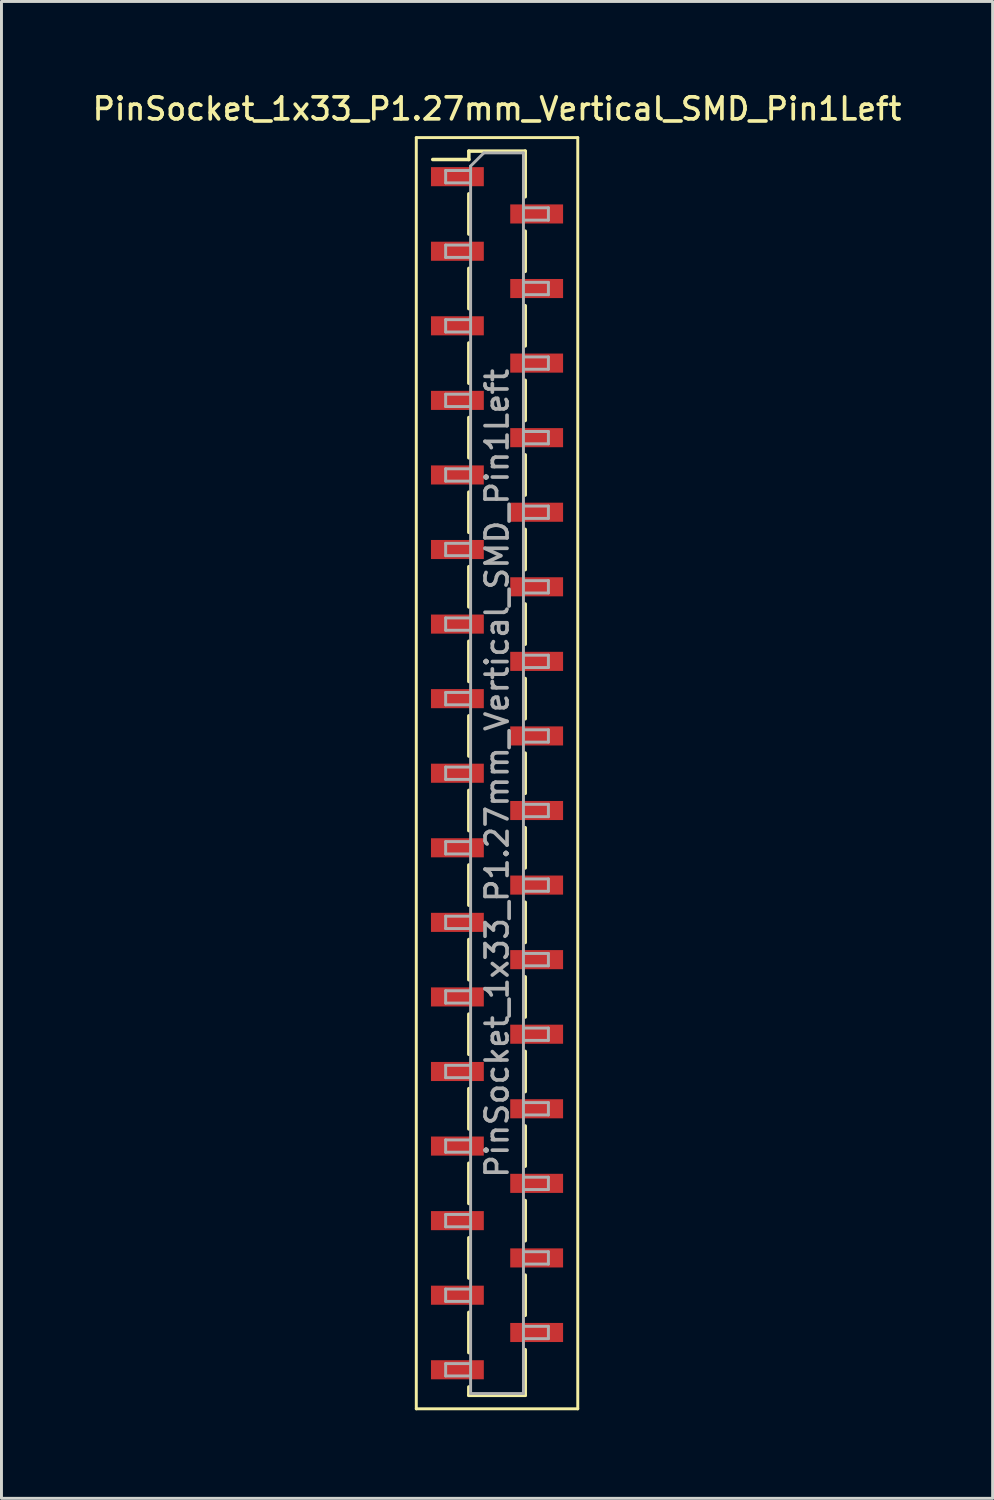
<source format=kicad_pcb>
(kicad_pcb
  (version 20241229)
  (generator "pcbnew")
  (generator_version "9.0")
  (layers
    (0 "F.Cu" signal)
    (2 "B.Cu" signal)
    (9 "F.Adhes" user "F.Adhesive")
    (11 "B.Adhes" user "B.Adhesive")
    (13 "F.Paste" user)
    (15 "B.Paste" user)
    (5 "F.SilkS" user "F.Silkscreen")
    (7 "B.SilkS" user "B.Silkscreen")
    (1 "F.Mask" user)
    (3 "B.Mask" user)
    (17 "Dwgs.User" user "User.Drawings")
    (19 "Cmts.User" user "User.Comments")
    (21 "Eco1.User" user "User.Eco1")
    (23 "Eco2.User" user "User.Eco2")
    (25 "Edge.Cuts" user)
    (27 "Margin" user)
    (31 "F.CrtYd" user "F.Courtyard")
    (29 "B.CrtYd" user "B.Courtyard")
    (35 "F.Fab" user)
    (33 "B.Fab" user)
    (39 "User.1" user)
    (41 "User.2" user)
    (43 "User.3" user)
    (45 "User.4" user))
  (footprint "PinSocket_1x33_P1.27mm_Vertical_SMD_Pin1Left"
    (layer "F.Cu")
    (at 13.88 23.288)
    (property "Reference" "PinSocket_1x33_P1.27mm_Vertical_SMD_Pin1Left" (at 0 -22.63 0) (layer "F.SilkS") (effects (font (size 0.75 0.75) (thickness 0.125))))
    (attr smd)
    (fp_line (start -2.75 -21.65) (end 2.75 -21.65) (stroke (width 0.1) (type solid)) (layer "F.SilkS"))
    (fp_line (start -2.75 21.65) (end -2.75 -21.65) (stroke (width 0.1) (type solid)) (layer "F.SilkS"))
    (fp_line (start -2.19 -20.905) (end -0.96 -20.905) (stroke (width 0.12) (type solid)) (layer "F.SilkS"))
    (fp_line (start -0.96 -21.19) (end -0.96 -20.905) (stroke (width 0.12) (type solid)) (layer "F.SilkS"))
    (fp_line (start -0.96 -21.19) (end 0.96 -21.19) (stroke (width 0.12) (type solid)) (layer "F.SilkS"))
    (fp_line (start -0.96 -19.735) (end -0.96 -18.365) (stroke (width 0.12) (type solid)) (layer "F.SilkS"))
    (fp_line (start -0.96 -17.195) (end -0.96 -15.825) (stroke (width 0.12) (type solid)) (layer "F.SilkS"))
    (fp_line (start -0.96 -14.655) (end -0.96 -13.285) (stroke (width 0.12) (type solid)) (layer "F.SilkS"))
    (fp_line (start -0.96 -12.115) (end -0.96 -10.745) (stroke (width 0.12) (type solid)) (layer "F.SilkS"))
    (fp_line (start -0.96 -9.575) (end -0.96 -8.205) (stroke (width 0.12) (type solid)) (layer "F.SilkS"))
    (fp_line (start -0.96 -7.035) (end -0.96 -5.665) (stroke (width 0.12) (type solid)) (layer "F.SilkS"))
    (fp_line (start -0.96 -4.495) (end -0.96 -3.125) (stroke (width 0.12) (type solid)) (layer "F.SilkS"))
    (fp_line (start -0.96 -1.955) (end -0.96 -0.585) (stroke (width 0.12) (type solid)) (layer "F.SilkS"))
    (fp_line (start -0.96 0.585) (end -0.96 1.955) (stroke (width 0.12) (type solid)) (layer "F.SilkS"))
    (fp_line (start -0.96 3.125) (end -0.96 4.495) (stroke (width 0.12) (type solid)) (layer "F.SilkS"))
    (fp_line (start -0.96 5.665) (end -0.96 7.035) (stroke (width 0.12) (type solid)) (layer "F.SilkS"))
    (fp_line (start -0.96 8.205) (end -0.96 9.575) (stroke (width 0.12) (type solid)) (layer "F.SilkS"))
    (fp_line (start -0.96 10.745) (end -0.96 12.115) (stroke (width 0.12) (type solid)) (layer "F.SilkS"))
    (fp_line (start -0.96 13.285) (end -0.96 14.655) (stroke (width 0.12) (type solid)) (layer "F.SilkS"))
    (fp_line (start -0.96 15.825) (end -0.96 17.195) (stroke (width 0.12) (type solid)) (layer "F.SilkS"))
    (fp_line (start -0.96 18.365) (end -0.96 19.735) (stroke (width 0.12) (type solid)) (layer "F.SilkS"))
    (fp_line (start -0.96 20.905) (end -0.96 21.19) (stroke (width 0.12) (type solid)) (layer "F.SilkS"))
    (fp_line (start -0.96 21.19) (end 0.96 21.19) (stroke (width 0.12) (type solid)) (layer "F.SilkS"))
    (fp_line (start 0.96 -21.19) (end 0.96 -19.635) (stroke (width 0.12) (type solid)) (layer "F.SilkS"))
    (fp_line (start 0.96 -18.465) (end 0.96 -17.095) (stroke (width 0.12) (type solid)) (layer "F.SilkS"))
    (fp_line (start 0.96 -15.925) (end 0.96 -14.555) (stroke (width 0.12) (type solid)) (layer "F.SilkS"))
    (fp_line (start 0.96 -13.385) (end 0.96 -12.015) (stroke (width 0.12) (type solid)) (layer "F.SilkS"))
    (fp_line (start 0.96 -10.845) (end 0.96 -9.475) (stroke (width 0.12) (type solid)) (layer "F.SilkS"))
    (fp_line (start 0.96 -8.305) (end 0.96 -6.935) (stroke (width 0.12) (type solid)) (layer "F.SilkS"))
    (fp_line (start 0.96 -5.765) (end 0.96 -4.395) (stroke (width 0.12) (type solid)) (layer "F.SilkS"))
    (fp_line (start 0.96 -3.225) (end 0.96 -1.855) (stroke (width 0.12) (type solid)) (layer "F.SilkS"))
    (fp_line (start 0.96 -0.685) (end 0.96 0.685) (stroke (width 0.12) (type solid)) (layer "F.SilkS"))
    (fp_line (start 0.96 1.855) (end 0.96 3.225) (stroke (width 0.12) (type solid)) (layer "F.SilkS"))
    (fp_line (start 0.96 4.395) (end 0.96 5.765) (stroke (width 0.12) (type solid)) (layer "F.SilkS"))
    (fp_line (start 0.96 6.935) (end 0.96 8.305) (stroke (width 0.12) (type solid)) (layer "F.SilkS"))
    (fp_line (start 0.96 9.475) (end 0.96 10.845) (stroke (width 0.12) (type solid)) (layer "F.SilkS"))
    (fp_line (start 0.96 12.015) (end 0.96 13.385) (stroke (width 0.12) (type solid)) (layer "F.SilkS"))
    (fp_line (start 0.96 14.555) (end 0.96 15.925) (stroke (width 0.12) (type solid)) (layer "F.SilkS"))
    (fp_line (start 0.96 17.095) (end 0.96 18.465) (stroke (width 0.12) (type solid)) (layer "F.SilkS"))
    (fp_line (start 0.96 19.635) (end 0.96 21.19) (stroke (width 0.12) (type solid)) (layer "F.SilkS"))
    (fp_line (start 2.75 -21.65) (end 2.75 21.65) (stroke (width 0.1) (type solid)) (layer "F.SilkS"))
    (fp_line (start 2.75 21.65) (end -2.75 21.65) (stroke (width 0.1) (type solid)) (layer "F.SilkS"))
    (fp_line (start -1.75 -20.53) (end -0.9 -20.53) (stroke (width 0.1) (type solid)) (layer "F.Fab"))
    (fp_line (start -1.75 -20.11) (end -1.75 -20.53) (stroke (width 0.1) (type solid)) (layer "F.Fab"))
    (fp_line (start -1.75 -17.99) (end -0.9 -17.99) (stroke (width 0.1) (type solid)) (layer "F.Fab"))
    (fp_line (start -1.75 -17.57) (end -1.75 -17.99) (stroke (width 0.1) (type solid)) (layer "F.Fab"))
    (fp_line (start -1.75 -15.45) (end -0.9 -15.45) (stroke (width 0.1) (type solid)) (layer "F.Fab"))
    (fp_line (start -1.75 -15.03) (end -1.75 -15.45) (stroke (width 0.1) (type solid)) (layer "F.Fab"))
    (fp_line (start -1.75 -12.91) (end -0.9 -12.91) (stroke (width 0.1) (type solid)) (layer "F.Fab"))
    (fp_line (start -1.75 -12.49) (end -1.75 -12.91) (stroke (width 0.1) (type solid)) (layer "F.Fab"))
    (fp_line (start -1.75 -10.37) (end -0.9 -10.37) (stroke (width 0.1) (type solid)) (layer "F.Fab"))
    (fp_line (start -1.75 -9.95) (end -1.75 -10.37) (stroke (width 0.1) (type solid)) (layer "F.Fab"))
    (fp_line (start -1.75 -7.83) (end -0.9 -7.83) (stroke (width 0.1) (type solid)) (layer "F.Fab"))
    (fp_line (start -1.75 -7.41) (end -1.75 -7.83) (stroke (width 0.1) (type solid)) (layer "F.Fab"))
    (fp_line (start -1.75 -5.29) (end -0.9 -5.29) (stroke (width 0.1) (type solid)) (layer "F.Fab"))
    (fp_line (start -1.75 -4.87) (end -1.75 -5.29) (stroke (width 0.1) (type solid)) (layer "F.Fab"))
    (fp_line (start -1.75 -2.75) (end -0.9 -2.75) (stroke (width 0.1) (type solid)) (layer "F.Fab"))
    (fp_line (start -1.75 -2.33) (end -1.75 -2.75) (stroke (width 0.1) (type solid)) (layer "F.Fab"))
    (fp_line (start -1.75 -0.21) (end -0.9 -0.21) (stroke (width 0.1) (type solid)) (layer "F.Fab"))
    (fp_line (start -1.75 0.21) (end -1.75 -0.21) (stroke (width 0.1) (type solid)) (layer "F.Fab"))
    (fp_line (start -1.75 2.33) (end -0.9 2.33) (stroke (width 0.1) (type solid)) (layer "F.Fab"))
    (fp_line (start -1.75 2.75) (end -1.75 2.33) (stroke (width 0.1) (type solid)) (layer "F.Fab"))
    (fp_line (start -1.75 4.87) (end -0.9 4.87) (stroke (width 0.1) (type solid)) (layer "F.Fab"))
    (fp_line (start -1.75 5.29) (end -1.75 4.87) (stroke (width 0.1) (type solid)) (layer "F.Fab"))
    (fp_line (start -1.75 7.41) (end -0.9 7.41) (stroke (width 0.1) (type solid)) (layer "F.Fab"))
    (fp_line (start -1.75 7.83) (end -1.75 7.41) (stroke (width 0.1) (type solid)) (layer "F.Fab"))
    (fp_line (start -1.75 9.95) (end -0.9 9.95) (stroke (width 0.1) (type solid)) (layer "F.Fab"))
    (fp_line (start -1.75 10.37) (end -1.75 9.95) (stroke (width 0.1) (type solid)) (layer "F.Fab"))
    (fp_line (start -1.75 12.49) (end -0.9 12.49) (stroke (width 0.1) (type solid)) (layer "F.Fab"))
    (fp_line (start -1.75 12.91) (end -1.75 12.49) (stroke (width 0.1) (type solid)) (layer "F.Fab"))
    (fp_line (start -1.75 15.03) (end -0.9 15.03) (stroke (width 0.1) (type solid)) (layer "F.Fab"))
    (fp_line (start -1.75 15.45) (end -1.75 15.03) (stroke (width 0.1) (type solid)) (layer "F.Fab"))
    (fp_line (start -1.75 17.57) (end -0.9 17.57) (stroke (width 0.1) (type solid)) (layer "F.Fab"))
    (fp_line (start -1.75 17.99) (end -1.75 17.57) (stroke (width 0.1) (type solid)) (layer "F.Fab"))
    (fp_line (start -1.75 20.11) (end -0.9 20.11) (stroke (width 0.1) (type solid)) (layer "F.Fab"))
    (fp_line (start -1.75 20.53) (end -1.75 20.11) (stroke (width 0.1) (type solid)) (layer "F.Fab"))
    (fp_line (start -0.9 -20.68) (end -0.45 -21.13) (stroke (width 0.1) (type solid)) (layer "F.Fab"))
    (fp_line (start -0.9 -20.11) (end -1.75 -20.11) (stroke (width 0.1) (type solid)) (layer "F.Fab"))
    (fp_line (start -0.9 -17.57) (end -1.75 -17.57) (stroke (width 0.1) (type solid)) (layer "F.Fab"))
    (fp_line (start -0.9 -15.03) (end -1.75 -15.03) (stroke (width 0.1) (type solid)) (layer "F.Fab"))
    (fp_line (start -0.9 -12.49) (end -1.75 -12.49) (stroke (width 0.1) (type solid)) (layer "F.Fab"))
    (fp_line (start -0.9 -9.95) (end -1.75 -9.95) (stroke (width 0.1) (type solid)) (layer "F.Fab"))
    (fp_line (start -0.9 -7.41) (end -1.75 -7.41) (stroke (width 0.1) (type solid)) (layer "F.Fab"))
    (fp_line (start -0.9 -4.87) (end -1.75 -4.87) (stroke (width 0.1) (type solid)) (layer "F.Fab"))
    (fp_line (start -0.9 -2.33) (end -1.75 -2.33) (stroke (width 0.1) (type solid)) (layer "F.Fab"))
    (fp_line (start -0.9 0.21) (end -1.75 0.21) (stroke (width 0.1) (type solid)) (layer "F.Fab"))
    (fp_line (start -0.9 2.75) (end -1.75 2.75) (stroke (width 0.1) (type solid)) (layer "F.Fab"))
    (fp_line (start -0.9 5.29) (end -1.75 5.29) (stroke (width 0.1) (type solid)) (layer "F.Fab"))
    (fp_line (start -0.9 7.83) (end -1.75 7.83) (stroke (width 0.1) (type solid)) (layer "F.Fab"))
    (fp_line (start -0.9 10.37) (end -1.75 10.37) (stroke (width 0.1) (type solid)) (layer "F.Fab"))
    (fp_line (start -0.9 12.91) (end -1.75 12.91) (stroke (width 0.1) (type solid)) (layer "F.Fab"))
    (fp_line (start -0.9 15.45) (end -1.75 15.45) (stroke (width 0.1) (type solid)) (layer "F.Fab"))
    (fp_line (start -0.9 17.99) (end -1.75 17.99) (stroke (width 0.1) (type solid)) (layer "F.Fab"))
    (fp_line (start -0.9 20.53) (end -1.75 20.53) (stroke (width 0.1) (type solid)) (layer "F.Fab"))
    (fp_line (start -0.9 21.13) (end -0.9 -20.68) (stroke (width 0.1) (type solid)) (layer "F.Fab"))
    (fp_line (start -0.45 -21.13) (end 0.9 -21.13) (stroke (width 0.1) (type solid)) (layer "F.Fab"))
    (fp_line (start 0.9 -21.13) (end 0.9 21.13) (stroke (width 0.1) (type solid)) (layer "F.Fab"))
    (fp_line (start 0.9 -19.26) (end 1.75 -19.26) (stroke (width 0.1) (type solid)) (layer "F.Fab"))
    (fp_line (start 0.9 -16.72) (end 1.75 -16.72) (stroke (width 0.1) (type solid)) (layer "F.Fab"))
    (fp_line (start 0.9 -14.18) (end 1.75 -14.18) (stroke (width 0.1) (type solid)) (layer "F.Fab"))
    (fp_line (start 0.9 -11.64) (end 1.75 -11.64) (stroke (width 0.1) (type solid)) (layer "F.Fab"))
    (fp_line (start 0.9 -9.1) (end 1.75 -9.1) (stroke (width 0.1) (type solid)) (layer "F.Fab"))
    (fp_line (start 0.9 -6.56) (end 1.75 -6.56) (stroke (width 0.1) (type solid)) (layer "F.Fab"))
    (fp_line (start 0.9 -4.02) (end 1.75 -4.02) (stroke (width 0.1) (type solid)) (layer "F.Fab"))
    (fp_line (start 0.9 -1.48) (end 1.75 -1.48) (stroke (width 0.1) (type solid)) (layer "F.Fab"))
    (fp_line (start 0.9 1.06) (end 1.75 1.06) (stroke (width 0.1) (type solid)) (layer "F.Fab"))
    (fp_line (start 0.9 3.6) (end 1.75 3.6) (stroke (width 0.1) (type solid)) (layer "F.Fab"))
    (fp_line (start 0.9 6.14) (end 1.75 6.14) (stroke (width 0.1) (type solid)) (layer "F.Fab"))
    (fp_line (start 0.9 8.68) (end 1.75 8.68) (stroke (width 0.1) (type solid)) (layer "F.Fab"))
    (fp_line (start 0.9 11.22) (end 1.75 11.22) (stroke (width 0.1) (type solid)) (layer "F.Fab"))
    (fp_line (start 0.9 13.76) (end 1.75 13.76) (stroke (width 0.1) (type solid)) (layer "F.Fab"))
    (fp_line (start 0.9 16.3) (end 1.75 16.3) (stroke (width 0.1) (type solid)) (layer "F.Fab"))
    (fp_line (start 0.9 18.84) (end 1.75 18.84) (stroke (width 0.1) (type solid)) (layer "F.Fab"))
    (fp_line (start 0.9 21.13) (end -0.9 21.13) (stroke (width 0.1) (type solid)) (layer "F.Fab"))
    (fp_line (start 1.75 -19.26) (end 1.75 -18.84) (stroke (width 0.1) (type solid)) (layer "F.Fab"))
    (fp_line (start 1.75 -18.84) (end 0.9 -18.84) (stroke (width 0.1) (type solid)) (layer "F.Fab"))
    (fp_line (start 1.75 -16.72) (end 1.75 -16.3) (stroke (width 0.1) (type solid)) (layer "F.Fab"))
    (fp_line (start 1.75 -16.3) (end 0.9 -16.3) (stroke (width 0.1) (type solid)) (layer "F.Fab"))
    (fp_line (start 1.75 -14.18) (end 1.75 -13.76) (stroke (width 0.1) (type solid)) (layer "F.Fab"))
    (fp_line (start 1.75 -13.76) (end 0.9 -13.76) (stroke (width 0.1) (type solid)) (layer "F.Fab"))
    (fp_line (start 1.75 -11.64) (end 1.75 -11.22) (stroke (width 0.1) (type solid)) (layer "F.Fab"))
    (fp_line (start 1.75 -11.22) (end 0.9 -11.22) (stroke (width 0.1) (type solid)) (layer "F.Fab"))
    (fp_line (start 1.75 -9.1) (end 1.75 -8.68) (stroke (width 0.1) (type solid)) (layer "F.Fab"))
    (fp_line (start 1.75 -8.68) (end 0.9 -8.68) (stroke (width 0.1) (type solid)) (layer "F.Fab"))
    (fp_line (start 1.75 -6.56) (end 1.75 -6.14) (stroke (width 0.1) (type solid)) (layer "F.Fab"))
    (fp_line (start 1.75 -6.14) (end 0.9 -6.14) (stroke (width 0.1) (type solid)) (layer "F.Fab"))
    (fp_line (start 1.75 -4.02) (end 1.75 -3.6) (stroke (width 0.1) (type solid)) (layer "F.Fab"))
    (fp_line (start 1.75 -3.6) (end 0.9 -3.6) (stroke (width 0.1) (type solid)) (layer "F.Fab"))
    (fp_line (start 1.75 -1.48) (end 1.75 -1.06) (stroke (width 0.1) (type solid)) (layer "F.Fab"))
    (fp_line (start 1.75 -1.06) (end 0.9 -1.06) (stroke (width 0.1) (type solid)) (layer "F.Fab"))
    (fp_line (start 1.75 1.06) (end 1.75 1.48) (stroke (width 0.1) (type solid)) (layer "F.Fab"))
    (fp_line (start 1.75 1.48) (end 0.9 1.48) (stroke (width 0.1) (type solid)) (layer "F.Fab"))
    (fp_line (start 1.75 3.6) (end 1.75 4.02) (stroke (width 0.1) (type solid)) (layer "F.Fab"))
    (fp_line (start 1.75 4.02) (end 0.9 4.02) (stroke (width 0.1) (type solid)) (layer "F.Fab"))
    (fp_line (start 1.75 6.14) (end 1.75 6.56) (stroke (width 0.1) (type solid)) (layer "F.Fab"))
    (fp_line (start 1.75 6.56) (end 0.9 6.56) (stroke (width 0.1) (type solid)) (layer "F.Fab"))
    (fp_line (start 1.75 8.68) (end 1.75 9.1) (stroke (width 0.1) (type solid)) (layer "F.Fab"))
    (fp_line (start 1.75 9.1) (end 0.9 9.1) (stroke (width 0.1) (type solid)) (layer "F.Fab"))
    (fp_line (start 1.75 11.22) (end 1.75 11.64) (stroke (width 0.1) (type solid)) (layer "F.Fab"))
    (fp_line (start 1.75 11.64) (end 0.9 11.64) (stroke (width 0.1) (type solid)) (layer "F.Fab"))
    (fp_line (start 1.75 13.76) (end 1.75 14.18) (stroke (width 0.1) (type solid)) (layer "F.Fab"))
    (fp_line (start 1.75 14.18) (end 0.9 14.18) (stroke (width 0.1) (type solid)) (layer "F.Fab"))
    (fp_line (start 1.75 16.3) (end 1.75 16.72) (stroke (width 0.1) (type solid)) (layer "F.Fab"))
    (fp_line (start 1.75 16.72) (end 0.9 16.72) (stroke (width 0.1) (type solid)) (layer "F.Fab"))
    (fp_line (start 1.75 18.84) (end 1.75 19.26) (stroke (width 0.1) (type solid)) (layer "F.Fab"))
    (fp_line (start 1.75 19.26) (end 0.9 19.26) (stroke (width 0.1) (type solid)) (layer "F.Fab"))
    (fp_text user "${REFERENCE}" (at 0 0 90) (layer "F.Fab") (effects (font (size 0.75 0.75) (thickness 0.125))))
    (pad "1" smd rect (at -1.35 -20.32) (size 1.8 0.65) (layers "F.Cu" "F.Mask" "F.Paste"))
    (pad "2" smd rect (at 1.35 -19.05) (size 1.8 0.65) (layers "F.Cu" "F.Mask" "F.Paste"))
    (pad "3" smd rect (at -1.35 -17.78) (size 1.8 0.65) (layers "F.Cu" "F.Mask" "F.Paste"))
    (pad "4" smd rect (at 1.35 -16.51) (size 1.8 0.65) (layers "F.Cu" "F.Mask" "F.Paste"))
    (pad "5" smd rect (at -1.35 -15.24) (size 1.8 0.65) (layers "F.Cu" "F.Mask" "F.Paste"))
    (pad "6" smd rect (at 1.35 -13.97) (size 1.8 0.65) (layers "F.Cu" "F.Mask" "F.Paste"))
    (pad "7" smd rect (at -1.35 -12.7) (size 1.8 0.65) (layers "F.Cu" "F.Mask" "F.Paste"))
    (pad "8" smd rect (at 1.35 -11.43) (size 1.8 0.65) (layers "F.Cu" "F.Mask" "F.Paste"))
    (pad "9" smd rect (at -1.35 -10.16) (size 1.8 0.65) (layers "F.Cu" "F.Mask" "F.Paste"))
    (pad "10" smd rect (at 1.35 -8.89) (size 1.8 0.65) (layers "F.Cu" "F.Mask" "F.Paste"))
    (pad "11" smd rect (at -1.35 -7.62) (size 1.8 0.65) (layers "F.Cu" "F.Mask" "F.Paste"))
    (pad "12" smd rect (at 1.35 -6.35) (size 1.8 0.65) (layers "F.Cu" "F.Mask" "F.Paste"))
    (pad "13" smd rect (at -1.35 -5.08) (size 1.8 0.65) (layers "F.Cu" "F.Mask" "F.Paste"))
    (pad "14" smd rect (at 1.35 -3.81) (size 1.8 0.65) (layers "F.Cu" "F.Mask" "F.Paste"))
    (pad "15" smd rect (at -1.35 -2.54) (size 1.8 0.65) (layers "F.Cu" "F.Mask" "F.Paste"))
    (pad "16" smd rect (at 1.35 -1.27) (size 1.8 0.65) (layers "F.Cu" "F.Mask" "F.Paste"))
    (pad "17" smd rect (at -1.35 0) (size 1.8 0.65) (layers "F.Cu" "F.Mask" "F.Paste"))
    (pad "18" smd rect (at 1.35 1.27) (size 1.8 0.65) (layers "F.Cu" "F.Mask" "F.Paste"))
    (pad "19" smd rect (at -1.35 2.54) (size 1.8 0.65) (layers "F.Cu" "F.Mask" "F.Paste"))
    (pad "20" smd rect (at 1.35 3.81) (size 1.8 0.65) (layers "F.Cu" "F.Mask" "F.Paste"))
    (pad "21" smd rect (at -1.35 5.08) (size 1.8 0.65) (layers "F.Cu" "F.Mask" "F.Paste"))
    (pad "22" smd rect (at 1.35 6.35) (size 1.8 0.65) (layers "F.Cu" "F.Mask" "F.Paste"))
    (pad "23" smd rect (at -1.35 7.62) (size 1.8 0.65) (layers "F.Cu" "F.Mask" "F.Paste"))
    (pad "24" smd rect (at 1.35 8.89) (size 1.8 0.65) (layers "F.Cu" "F.Mask" "F.Paste"))
    (pad "25" smd rect (at -1.35 10.16) (size 1.8 0.65) (layers "F.Cu" "F.Mask" "F.Paste"))
    (pad "26" smd rect (at 1.35 11.43) (size 1.8 0.65) (layers "F.Cu" "F.Mask" "F.Paste"))
    (pad "27" smd rect (at -1.35 12.7) (size 1.8 0.65) (layers "F.Cu" "F.Mask" "F.Paste"))
    (pad "28" smd rect (at 1.35 13.97) (size 1.8 0.65) (layers "F.Cu" "F.Mask" "F.Paste"))
    (pad "29" smd rect (at -1.35 15.24) (size 1.8 0.65) (layers "F.Cu" "F.Mask" "F.Paste"))
    (pad "30" smd rect (at 1.35 16.51) (size 1.8 0.65) (layers "F.Cu" "F.Mask" "F.Paste"))
    (pad "31" smd rect (at -1.35 17.78) (size 1.8 0.65) (layers "F.Cu" "F.Mask" "F.Paste"))
    (pad "32" smd rect (at 1.35 19.05) (size 1.8 0.65) (layers "F.Cu" "F.Mask" "F.Paste"))
    (pad "33" smd rect (at -1.35 20.32) (size 1.8 0.65) (layers "F.Cu" "F.Mask" "F.Paste")))
  (gr_rect
    (start -3 -3)
    (end 30.761 47.988)
    (stroke (width 0.1) (type default))
    (fill no)
    (layer "Edge.Cuts")))
</source>
